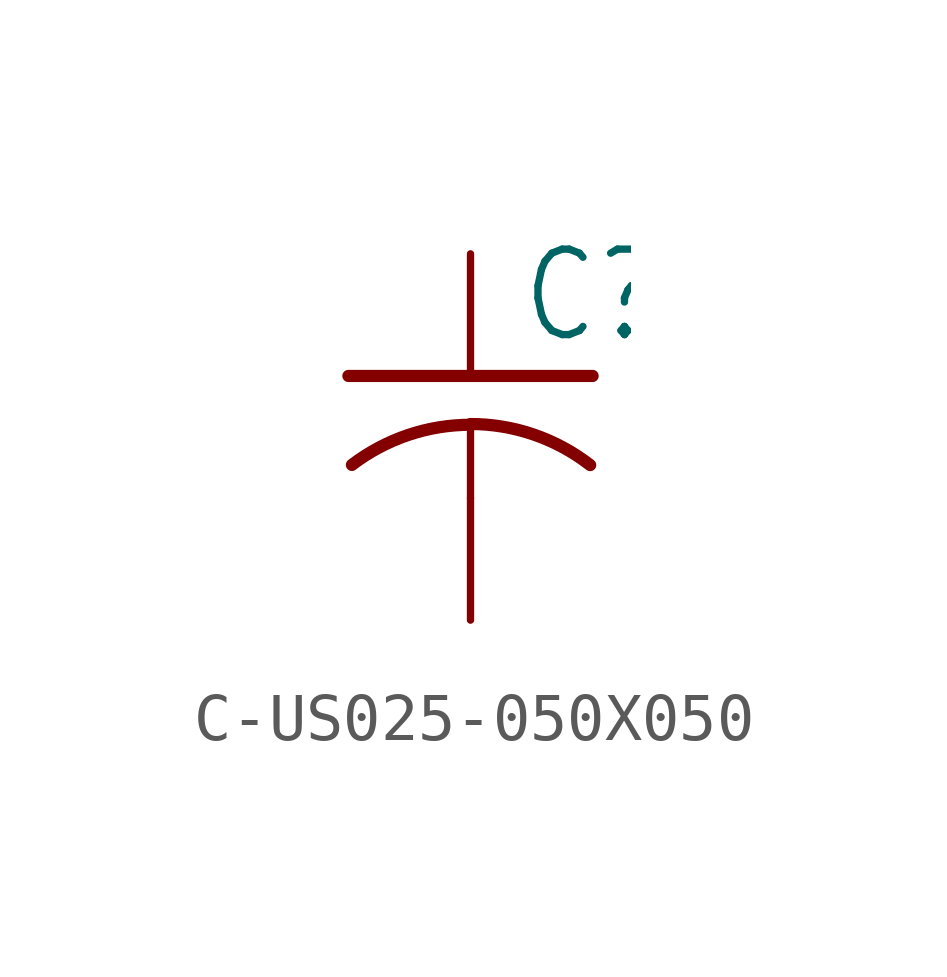
<source format=kicad_sym>
(kicad_symbol_lib
  (version 20231120)
  (generator "kicad_symbol_editor")
  (generator_version "8.0")
  (symbol "C-US025-050X050"
    (property "Reference" "C"
      (at 1.016 0.635 0)
      (effects (font (size 1.778 1.511)) (justify left bottom)))
    (property "Value" ""
      (at 1.016 -4.191 0)
      (effects (font (size 1.778 1.511)) (justify left bottom)))
    (property "ki_locked" ""
      (at 0 0 0)
      (effects (font (size 1.27 1.27))))
    (symbol "C-US025-050X050_1_0"
      (arc (start 0 -1.0161) (mid -1.302 -1.2303) (end -2.4668 -1.8504) (stroke (width 0.254) (type solid)) (fill (type none)))
      (polyline (pts (xy -2.54 0) (xy 2.54 0)) (stroke (width 0.254) (type solid)) (fill (type none)))
      (polyline (pts (xy 0 -1.016) (xy 0 -2.54)) (stroke (width 0.152) (type solid)) (fill (type none)))
      (arc (start 2.4892 -1.8541) (mid 1.3158 -1.2194) (end 0 -1) (stroke (width 0.254) (type solid)) (fill (type none)))
      (pin passive line (at 0 2.54 270) (length 2.54) (name "1" (effects (font (size 0 0)))) (number "1" (effects (font (size 0 0)))))
      (pin passive line (at 0 -5.08 90) (length 2.54) (name "2" (effects (font (size 0 0)))) (number "2" (effects (font (size 0 0))))))))
</source>
